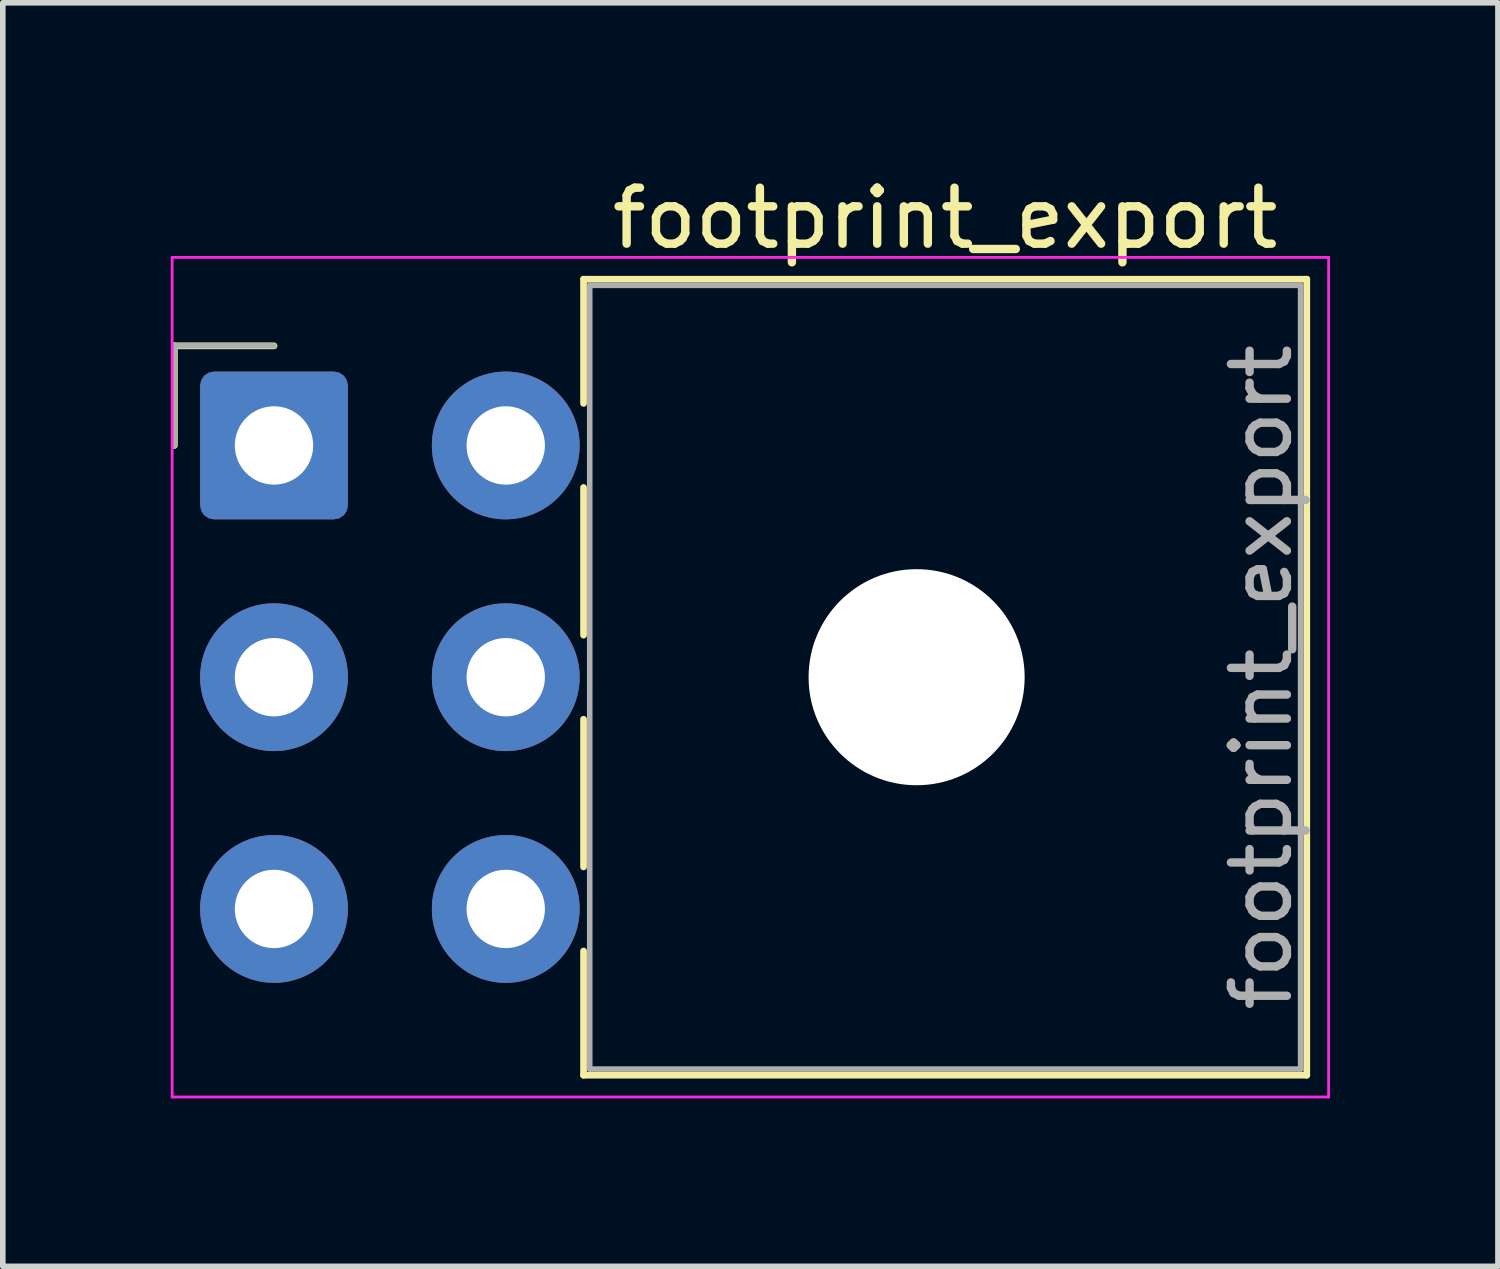
<source format=kicad_pcb>
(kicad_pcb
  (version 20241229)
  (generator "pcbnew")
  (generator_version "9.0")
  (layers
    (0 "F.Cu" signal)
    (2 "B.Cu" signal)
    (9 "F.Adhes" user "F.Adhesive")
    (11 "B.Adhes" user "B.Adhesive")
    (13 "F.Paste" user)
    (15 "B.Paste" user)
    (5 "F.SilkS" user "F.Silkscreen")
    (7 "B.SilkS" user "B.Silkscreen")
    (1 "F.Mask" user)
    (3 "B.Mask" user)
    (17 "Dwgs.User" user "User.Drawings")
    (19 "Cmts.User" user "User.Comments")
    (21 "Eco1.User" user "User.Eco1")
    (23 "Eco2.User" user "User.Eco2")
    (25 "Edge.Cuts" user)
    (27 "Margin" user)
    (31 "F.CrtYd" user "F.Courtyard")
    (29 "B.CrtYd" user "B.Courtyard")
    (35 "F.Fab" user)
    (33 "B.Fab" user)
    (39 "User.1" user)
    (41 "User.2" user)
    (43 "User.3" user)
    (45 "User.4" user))
  (footprint "footprint_export"
    (layer "F.Cu")
    (at 1.845 4.908)
    (property "Reference" "footprint_export" (at 11.99 -4.06 0) (layer "F.SilkS") (effects (font (size 1 1) (thickness 0.15))))
    (attr through_hole)
    (fp_line (start -1.78 -1.78) (end -1.78 0) (stroke (width 0.12) (type solid)) (layer "F.SilkS"))
    (fp_line (start 0 -1.78) (end -1.78 -1.78) (stroke (width 0.12) (type solid)) (layer "F.SilkS"))
    (fp_line (start 5.53 -2.97) (end 18.45 -2.97) (stroke (width 0.12) (type solid)) (layer "F.SilkS"))
    (fp_line (start 5.53 -0.751) (end 5.53 -2.97) (stroke (width 0.12) (type solid)) (layer "F.SilkS"))
    (fp_line (start 5.53 0.751) (end 5.53 3.389) (stroke (width 0.12) (type solid)) (layer "F.SilkS"))
    (fp_line (start 5.53 4.891) (end 5.53 7.529) (stroke (width 0.12) (type solid)) (layer "F.SilkS"))
    (fp_line (start 5.53 11.25) (end 5.53 9.031) (stroke (width 0.12) (type solid)) (layer "F.SilkS"))
    (fp_line (start 18.45 -2.97) (end 18.45 11.25) (stroke (width 0.12) (type solid)) (layer "F.SilkS"))
    (fp_line (start 18.45 11.25) (end 5.53 11.25) (stroke (width 0.12) (type solid)) (layer "F.SilkS"))
    (fp_line (start -1.82 -3.36) (end -1.82 11.64) (stroke (width 0.05) (type solid)) (layer "F.CrtYd"))
    (fp_line (start -1.82 11.64) (end 18.84 11.64) (stroke (width 0.05) (type solid)) (layer "F.CrtYd"))
    (fp_line (start 18.84 -3.36) (end -1.82 -3.36) (stroke (width 0.05) (type solid)) (layer "F.CrtYd"))
    (fp_line (start 18.84 11.64) (end 18.84 -3.36) (stroke (width 0.05) (type solid)) (layer "F.CrtYd"))
    (fp_line (start -1.78 -1.78) (end -1.78 0) (stroke (width 0.1) (type solid)) (layer "F.Fab"))
    (fp_line (start 0 -1.78) (end -1.78 -1.78) (stroke (width 0.1) (type solid)) (layer "F.Fab"))
    (fp_line (start 5.64 -2.86) (end 5.64 11.14) (stroke (width 0.1) (type solid)) (layer "F.Fab"))
    (fp_line (start 5.64 11.14) (end 18.34 11.14) (stroke (width 0.1) (type solid)) (layer "F.Fab"))
    (fp_line (start 18.34 -2.86) (end 5.64 -2.86) (stroke (width 0.1) (type solid)) (layer "F.Fab"))
    (fp_line (start 18.34 11.14) (end 18.34 -2.86) (stroke (width 0.1) (type solid)) (layer "F.Fab"))
    (fp_text user "${REFERENCE}" (at 17.64 4.14 90) (layer "F.Fab") (effects (font (size 1 1) (thickness 0.15))))
    (pad "" np_thru_hole circle (at 11.48 4.14) (size 3.86 3.86) (drill 3.86) (layers "*.Cu" "*.Mask"))
    (pad "1" thru_hole roundrect (at 0 0) (size 2.64 2.64) (drill 1.4) (layers "*.Cu" "*.Mask") (roundrect_rratio 0.095))
    (pad "2" thru_hole circle (at 0 4.14) (size 2.64 2.64) (drill 1.4) (layers "*.Cu" "*.Mask"))
    (pad "3" thru_hole circle (at 0 8.28) (size 2.64 2.64) (drill 1.4) (layers "*.Cu" "*.Mask"))
    (pad "4" thru_hole circle (at 4.14 0) (size 2.64 2.64) (drill 1.4) (layers "*.Cu" "*.Mask"))
    (pad "5" thru_hole circle (at 4.14 4.14) (size 2.64 2.64) (drill 1.4) (layers "*.Cu" "*.Mask"))
    (pad "6" thru_hole circle (at 4.14 8.28) (size 2.64 2.64) (drill 1.4) (layers "*.Cu" "*.Mask")))
  (gr_rect
    (start -3 -3)
    (end 23.71 19.573)
    (stroke (width 0.1) (type default))
    (fill no)
    (layer "Edge.Cuts")))
</source>
